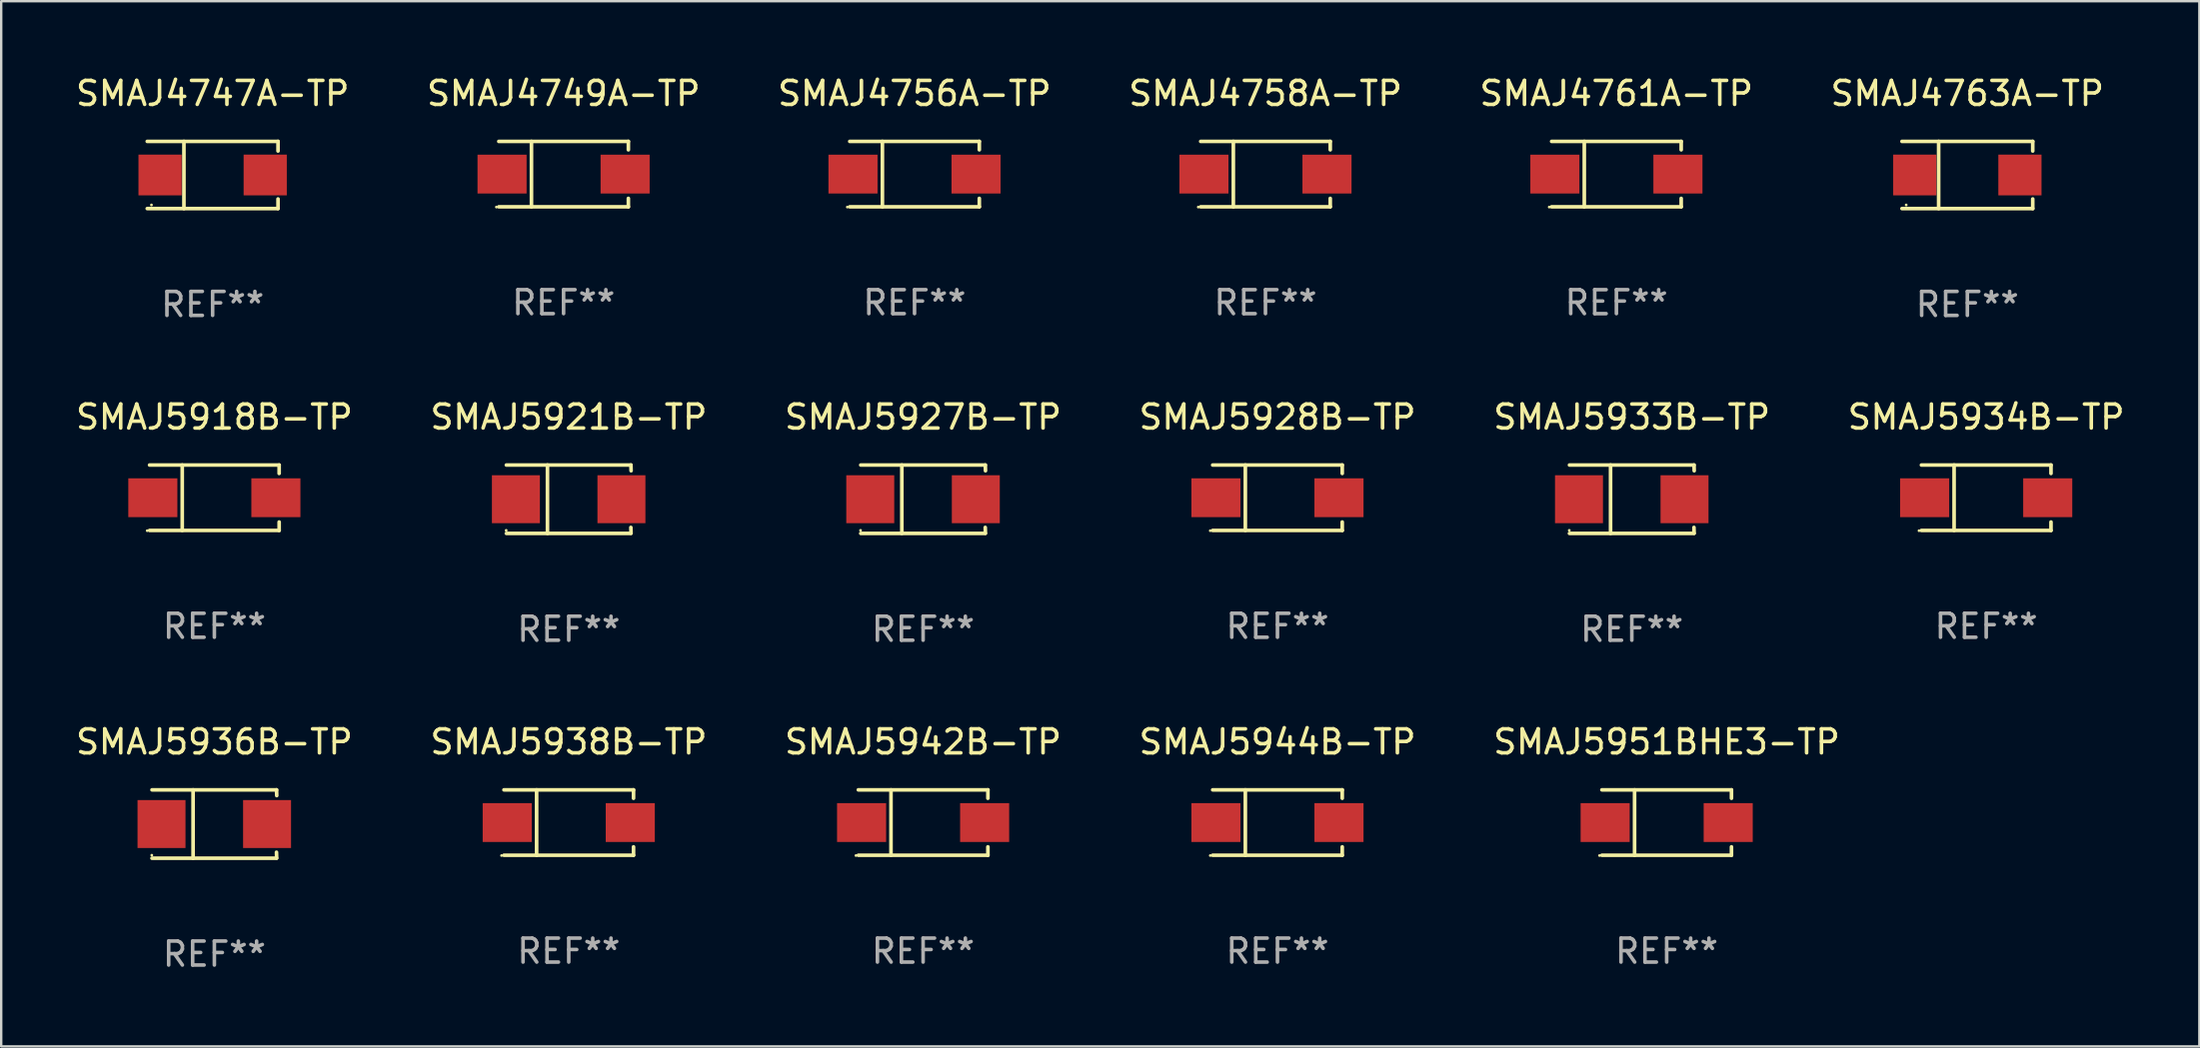
<source format=kicad_pcb>
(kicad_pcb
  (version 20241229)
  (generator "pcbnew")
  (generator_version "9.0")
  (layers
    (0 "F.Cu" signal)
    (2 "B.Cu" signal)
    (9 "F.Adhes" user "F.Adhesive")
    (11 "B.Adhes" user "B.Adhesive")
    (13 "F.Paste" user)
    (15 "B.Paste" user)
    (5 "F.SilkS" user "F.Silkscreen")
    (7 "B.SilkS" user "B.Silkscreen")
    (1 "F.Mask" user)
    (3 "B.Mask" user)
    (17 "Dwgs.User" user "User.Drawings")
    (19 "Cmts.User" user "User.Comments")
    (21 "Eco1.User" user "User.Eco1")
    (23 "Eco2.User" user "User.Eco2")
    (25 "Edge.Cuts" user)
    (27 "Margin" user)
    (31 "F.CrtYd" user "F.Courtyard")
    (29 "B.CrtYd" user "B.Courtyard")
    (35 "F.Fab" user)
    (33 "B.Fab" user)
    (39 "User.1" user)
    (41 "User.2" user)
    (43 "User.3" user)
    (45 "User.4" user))
  (footprint "SMAJ5928B-TP"
    (layer "F.Cu")
    (at 50.208 17.711)
    (property "Reference" "SMAJ5928B-TP" (at 0 -3.364 0) (layer "F.SilkS") (effects (font (size 1 1) (thickness 0.15))))
    (attr through_hole)
    (fp_line (start -2.701 -1.364) (end 2.701 -1.364) (stroke (width 0.152) (type solid)) (layer "F.SilkS"))
    (fp_line (start -2.701 1.364) (end 2.701 1.364) (stroke (width 0.152) (type solid)) (layer "F.SilkS"))
    (fp_line (start -1.339 -1.364) (end -1.339 1.364) (stroke (width 0.152) (type solid)) (layer "F.SilkS"))
    (fp_line (start 2.701 -1.364) (end 2.701 -1.013) (stroke (width 0.152) (type solid)) (layer "F.SilkS"))
    (fp_line (start 2.701 1.364) (end 2.701 1.013) (stroke (width 0.152) (type solid)) (layer "F.SilkS"))
    (fp_circle (center -2.8 1.375) (end -2.77 1.375) (stroke (width 0.06) (type solid)) (fill no) (layer "F.SilkS"))
    (fp_text user "REF**" (at 0 5.364 0) (layer "F.Fab") (effects (font (size 1 1) (thickness 0.15))))
    (pad "1" smd rect (at -2.565 -0.000025) (size 2.046 1.62) (layers "F.Cu" "F.Mask" "F.Paste"))
    (pad "2" smd rect (at 2.565 -0.000025) (size 2.046 1.62) (layers "F.Cu" "F.Mask" "F.Paste")))
  (footprint "SMAJ4758A-TP"
    (layer "F.Cu")
    (at 49.708 4.212)
    (property "Reference" "SMAJ4758A-TP" (at 0 -3.364 0) (layer "F.SilkS") (effects (font (size 1 1) (thickness 0.15))))
    (attr through_hole)
    (fp_line (start -2.701 -1.364) (end 2.701 -1.364) (stroke (width 0.152) (type solid)) (layer "F.SilkS"))
    (fp_line (start -2.701 1.364) (end 2.701 1.364) (stroke (width 0.152) (type solid)) (layer "F.SilkS"))
    (fp_line (start -1.339 -1.364) (end -1.339 1.364) (stroke (width 0.152) (type solid)) (layer "F.SilkS"))
    (fp_line (start 2.701 -1.364) (end 2.701 -1.013) (stroke (width 0.152) (type solid)) (layer "F.SilkS"))
    (fp_line (start 2.701 1.364) (end 2.701 1.013) (stroke (width 0.152) (type solid)) (layer "F.SilkS"))
    (fp_circle (center -2.8 1.375) (end -2.77 1.375) (stroke (width 0.06) (type solid)) (fill no) (layer "F.SilkS"))
    (fp_text user "REF**" (at 0 5.364 0) (layer "F.Fab") (effects (font (size 1 1) (thickness 0.15))))
    (pad "1" smd rect (at -2.565 -0.000025) (size 2.046 1.62) (layers "F.Cu" "F.Mask" "F.Paste"))
    (pad "2" smd rect (at 2.565 -0.000025) (size 2.046 1.62) (layers "F.Cu" "F.Mask" "F.Paste")))
  (footprint "SMAJ4756A-TP"
    (layer "F.Cu")
    (at 35.077 4.212)
    (property "Reference" "SMAJ4756A-TP" (at 0 -3.364 0) (layer "F.SilkS") (effects (font (size 1 1) (thickness 0.15))))
    (attr through_hole)
    (fp_line (start -2.701 -1.364) (end 2.701 -1.364) (stroke (width 0.152) (type solid)) (layer "F.SilkS"))
    (fp_line (start -2.701 1.364) (end 2.701 1.364) (stroke (width 0.152) (type solid)) (layer "F.SilkS"))
    (fp_line (start -1.339 -1.364) (end -1.339 1.364) (stroke (width 0.152) (type solid)) (layer "F.SilkS"))
    (fp_line (start 2.701 -1.364) (end 2.701 -1.013) (stroke (width 0.152) (type solid)) (layer "F.SilkS"))
    (fp_line (start 2.701 1.364) (end 2.701 1.013) (stroke (width 0.152) (type solid)) (layer "F.SilkS"))
    (fp_circle (center -2.8 1.375) (end -2.77 1.375) (stroke (width 0.06) (type solid)) (fill no) (layer "F.SilkS"))
    (fp_text user "REF**" (at 0 5.364 0) (layer "F.Fab") (effects (font (size 1 1) (thickness 0.15))))
    (pad "1" smd rect (at -2.565 -0.000025) (size 2.046 1.62) (layers "F.Cu" "F.Mask" "F.Paste"))
    (pad "2" smd rect (at 2.565 -0.000025) (size 2.046 1.62) (layers "F.Cu" "F.Mask" "F.Paste")))
  (footprint "SMAJ5951BHE3-TP"
    (layer "F.Cu")
    (at 66.435 31.26)
    (property "Reference" "SMAJ5951BHE3-TP" (at 0 -3.364 0) (layer "F.SilkS") (effects (font (size 1 1) (thickness 0.15))))
    (attr through_hole)
    (fp_line (start -2.701 -1.364) (end 2.701 -1.364) (stroke (width 0.152) (type solid)) (layer "F.SilkS"))
    (fp_line (start -2.701 1.364) (end 2.701 1.364) (stroke (width 0.152) (type solid)) (layer "F.SilkS"))
    (fp_line (start -1.339 -1.364) (end -1.339 1.364) (stroke (width 0.152) (type solid)) (layer "F.SilkS"))
    (fp_line (start 2.701 -1.364) (end 2.701 -1.013) (stroke (width 0.152) (type solid)) (layer "F.SilkS"))
    (fp_line (start 2.701 1.364) (end 2.701 1.013) (stroke (width 0.152) (type solid)) (layer "F.SilkS"))
    (fp_circle (center -2.8 1.375) (end -2.77 1.375) (stroke (width 0.06) (type solid)) (fill no) (layer "F.SilkS"))
    (fp_text user "REF**" (at 0 5.364 0) (layer "F.Fab") (effects (font (size 1 1) (thickness 0.15))))
    (pad "1" smd rect (at -2.565 -0.000025) (size 2.046 1.62) (layers "F.Cu" "F.Mask" "F.Paste"))
    (pad "2" smd rect (at 2.565 -0.000025) (size 2.046 1.62) (layers "F.Cu" "F.Mask" "F.Paste")))
  (footprint "SMAJ4763A-TP"
    (layer "F.Cu")
    (at 78.97 4.249)
    (property "Reference" "SMAJ4763A-TP" (at 0 -3.401 0) (layer "F.SilkS") (effects (font (size 1 1) (thickness 0.15))))
    (attr through_hole)
    (fp_line (start -2.726 -1.401) (end 2.726 -1.401) (stroke (width 0.152) (type solid)) (layer "F.SilkS"))
    (fp_line (start -2.726 1.401) (end 2.726 1.401) (stroke (width 0.152) (type solid)) (layer "F.SilkS"))
    (fp_line (start -1.197 -1.401) (end -1.197 1.401) (stroke (width 0.152) (type solid)) (layer "F.SilkS"))
    (fp_line (start 2.726 -1.401) (end 2.726 -1) (stroke (width 0.152) (type solid)) (layer "F.SilkS"))
    (fp_line (start 2.726 1.401) (end 2.726 1) (stroke (width 0.152) (type solid)) (layer "F.SilkS"))
    (fp_circle (center -2.55 1.25) (end -2.52 1.25) (stroke (width 0.06) (type solid)) (fill no) (layer "F.SilkS"))
    (fp_text user "REF**" (at 0 5.401 0) (layer "F.Fab") (effects (font (size 1 1) (thickness 0.15))))
    (pad "1" smd rect (at -2.192 0) (size 1.8 1.7) (layers "F.Cu" "F.Mask" "F.Paste"))
    (pad "2" smd rect (at 2.192 0) (size 1.8 1.7) (layers "F.Cu" "F.Mask" "F.Paste")))
  (footprint "SMAJ5933B-TP"
    (layer "F.Cu")
    (at 64.982 17.773)
    (property "Reference" "SMAJ5933B-TP" (at 0 -3.426 0) (layer "F.SilkS") (effects (font (size 1 1) (thickness 0.15))))
    (attr through_hole)
    (fp_line (start -2.6 -1.426) (end 2.593 -1.426) (stroke (width 0.152) (type solid)) (layer "F.SilkS"))
    (fp_line (start -2.6 1.426) (end 2.593 1.426) (stroke (width 0.152) (type solid)) (layer "F.SilkS"))
    (fp_line (start -0.887 -1.426) (end -0.887 1.426) (stroke (width 0.152) (type solid)) (layer "F.SilkS"))
    (fp_line (start 2.59 1.176) (end 2.597 1.415) (stroke (width 0.152) (type solid)) (layer "F.SilkS"))
    (fp_line (start 2.593 -1.426) (end 2.6 -1.187) (stroke (width 0.152) (type solid)) (layer "F.SilkS"))
    (fp_circle (center -2.608 1.3) (end -2.578 1.3) (stroke (width 0.06) (type solid)) (fill no) (layer "F.SilkS"))
    (fp_text user "REF**" (at 0 5.426 0) (layer "F.Fab") (effects (font (size 1 1) (thickness 0.15))))
    (pad "1" smd rect (at -2.203 0 180) (size 2 2) (layers "F.Cu" "F.Mask" "F.Paste"))
    (pad "2" smd rect (at 2.197 0 180) (size 2 2) (layers "F.Cu" "F.Mask" "F.Paste")))
  (footprint "SMAJ5927B-TP"
    (layer "F.Cu")
    (at 35.435 17.773)
    (property "Reference" "SMAJ5927B-TP" (at 0 -3.426 0) (layer "F.SilkS") (effects (font (size 1 1) (thickness 0.15))))
    (attr through_hole)
    (fp_line (start -2.6 -1.426) (end 2.593 -1.426) (stroke (width 0.152) (type solid)) (layer "F.SilkS"))
    (fp_line (start -2.6 1.426) (end 2.593 1.426) (stroke (width 0.152) (type solid)) (layer "F.SilkS"))
    (fp_line (start -0.887 -1.426) (end -0.887 1.426) (stroke (width 0.152) (type solid)) (layer "F.SilkS"))
    (fp_line (start 2.59 1.176) (end 2.597 1.415) (stroke (width 0.152) (type solid)) (layer "F.SilkS"))
    (fp_line (start 2.593 -1.426) (end 2.6 -1.187) (stroke (width 0.152) (type solid)) (layer "F.SilkS"))
    (fp_circle (center -2.608 1.3) (end -2.578 1.3) (stroke (width 0.06) (type solid)) (fill no) (layer "F.SilkS"))
    (fp_text user "REF**" (at 0 5.426 0) (layer "F.Fab") (effects (font (size 1 1) (thickness 0.15))))
    (pad "1" smd rect (at -2.203 0 180) (size 2 2) (layers "F.Cu" "F.Mask" "F.Paste"))
    (pad "2" smd rect (at 2.197 0 180) (size 2 2) (layers "F.Cu" "F.Mask" "F.Paste")))
  (footprint "SMAJ5934B-TP"
    (layer "F.Cu")
    (at 79.756 17.711)
    (property "Reference" "SMAJ5934B-TP" (at 0 -3.364 0) (layer "F.SilkS") (effects (font (size 1 1) (thickness 0.15))))
    (attr through_hole)
    (fp_line (start -2.701 -1.364) (end 2.701 -1.364) (stroke (width 0.152) (type solid)) (layer "F.SilkS"))
    (fp_line (start -2.701 1.364) (end 2.701 1.364) (stroke (width 0.152) (type solid)) (layer "F.SilkS"))
    (fp_line (start -1.339 -1.364) (end -1.339 1.364) (stroke (width 0.152) (type solid)) (layer "F.SilkS"))
    (fp_line (start 2.701 -1.364) (end 2.701 -1.013) (stroke (width 0.152) (type solid)) (layer "F.SilkS"))
    (fp_line (start 2.701 1.364) (end 2.701 1.013) (stroke (width 0.152) (type solid)) (layer "F.SilkS"))
    (fp_circle (center -2.8 1.375) (end -2.77 1.375) (stroke (width 0.06) (type solid)) (fill no) (layer "F.SilkS"))
    (fp_text user "REF**" (at 0 5.364 0) (layer "F.Fab") (effects (font (size 1 1) (thickness 0.15))))
    (pad "1" smd rect (at -2.565 -0.000025) (size 2.046 1.62) (layers "F.Cu" "F.Mask" "F.Paste"))
    (pad "2" smd rect (at 2.565 -0.000025) (size 2.046 1.62) (layers "F.Cu" "F.Mask" "F.Paste")))
  (footprint "SMAJ5944B-TP"
    (layer "F.Cu")
    (at 50.208 31.26)
    (property "Reference" "SMAJ5944B-TP" (at 0 -3.364 0) (layer "F.SilkS") (effects (font (size 1 1) (thickness 0.15))))
    (attr through_hole)
    (fp_line (start -2.701 -1.364) (end 2.701 -1.364) (stroke (width 0.152) (type solid)) (layer "F.SilkS"))
    (fp_line (start -2.701 1.364) (end 2.701 1.364) (stroke (width 0.152) (type solid)) (layer "F.SilkS"))
    (fp_line (start -1.339 -1.364) (end -1.339 1.364) (stroke (width 0.152) (type solid)) (layer "F.SilkS"))
    (fp_line (start 2.701 -1.364) (end 2.701 -1.013) (stroke (width 0.152) (type solid)) (layer "F.SilkS"))
    (fp_line (start 2.701 1.364) (end 2.701 1.013) (stroke (width 0.152) (type solid)) (layer "F.SilkS"))
    (fp_circle (center -2.8 1.375) (end -2.77 1.375) (stroke (width 0.06) (type solid)) (fill no) (layer "F.SilkS"))
    (fp_text user "REF**" (at 0 5.364 0) (layer "F.Fab") (effects (font (size 1 1) (thickness 0.15))))
    (pad "1" smd rect (at -2.565 -0.000025) (size 2.046 1.62) (layers "F.Cu" "F.Mask" "F.Paste"))
    (pad "2" smd rect (at 2.565 -0.000025) (size 2.046 1.62) (layers "F.Cu" "F.Mask" "F.Paste")))
  (footprint "SMAJ5938B-TP"
    (layer "F.Cu")
    (at 20.661 31.26)
    (property "Reference" "SMAJ5938B-TP" (at 0 -3.364 0) (layer "F.SilkS") (effects (font (size 1 1) (thickness 0.15))))
    (attr through_hole)
    (fp_line (start -2.701 -1.364) (end 2.701 -1.364) (stroke (width 0.152) (type solid)) (layer "F.SilkS"))
    (fp_line (start -2.701 1.364) (end 2.701 1.364) (stroke (width 0.152) (type solid)) (layer "F.SilkS"))
    (fp_line (start -1.339 -1.364) (end -1.339 1.364) (stroke (width 0.152) (type solid)) (layer "F.SilkS"))
    (fp_line (start 2.701 -1.364) (end 2.701 -1.013) (stroke (width 0.152) (type solid)) (layer "F.SilkS"))
    (fp_line (start 2.701 1.364) (end 2.701 1.013) (stroke (width 0.152) (type solid)) (layer "F.SilkS"))
    (fp_circle (center -2.8 1.375) (end -2.77 1.375) (stroke (width 0.06) (type solid)) (fill no) (layer "F.SilkS"))
    (fp_text user "REF**" (at 0 5.364 0) (layer "F.Fab") (effects (font (size 1 1) (thickness 0.15))))
    (pad "1" smd rect (at -2.565 -0.000025) (size 2.046 1.62) (layers "F.Cu" "F.Mask" "F.Paste"))
    (pad "2" smd rect (at 2.565 -0.000025) (size 2.046 1.62) (layers "F.Cu" "F.Mask" "F.Paste")))
  (footprint "SMAJ5921B-TP"
    (layer "F.Cu")
    (at 20.661 17.773)
    (property "Reference" "SMAJ5921B-TP" (at 0 -3.426 0) (layer "F.SilkS") (effects (font (size 1 1) (thickness 0.15))))
    (attr through_hole)
    (fp_line (start -2.6 -1.426) (end 2.593 -1.426) (stroke (width 0.152) (type solid)) (layer "F.SilkS"))
    (fp_line (start -2.6 1.426) (end 2.593 1.426) (stroke (width 0.152) (type solid)) (layer "F.SilkS"))
    (fp_line (start -0.887 -1.426) (end -0.887 1.426) (stroke (width 0.152) (type solid)) (layer "F.SilkS"))
    (fp_line (start 2.59 1.176) (end 2.597 1.415) (stroke (width 0.152) (type solid)) (layer "F.SilkS"))
    (fp_line (start 2.593 -1.426) (end 2.6 -1.187) (stroke (width 0.152) (type solid)) (layer "F.SilkS"))
    (fp_circle (center -2.608 1.3) (end -2.578 1.3) (stroke (width 0.06) (type solid)) (fill no) (layer "F.SilkS"))
    (fp_text user "REF**" (at 0 5.426 0) (layer "F.Fab") (effects (font (size 1 1) (thickness 0.15))))
    (pad "1" smd rect (at -2.203 0 180) (size 2 2) (layers "F.Cu" "F.Mask" "F.Paste"))
    (pad "2" smd rect (at 2.197 0 180) (size 2 2) (layers "F.Cu" "F.Mask" "F.Paste")))
  (footprint "SMAJ5918B-TP"
    (layer "F.Cu")
    (at 5.887 17.711)
    (property "Reference" "SMAJ5918B-TP" (at 0 -3.364 0) (layer "F.SilkS") (effects (font (size 1 1) (thickness 0.15))))
    (attr through_hole)
    (fp_line (start -2.701 -1.364) (end 2.701 -1.364) (stroke (width 0.152) (type solid)) (layer "F.SilkS"))
    (fp_line (start -2.701 1.364) (end 2.701 1.364) (stroke (width 0.152) (type solid)) (layer "F.SilkS"))
    (fp_line (start -1.339 -1.364) (end -1.339 1.364) (stroke (width 0.152) (type solid)) (layer "F.SilkS"))
    (fp_line (start 2.701 -1.364) (end 2.701 -1.013) (stroke (width 0.152) (type solid)) (layer "F.SilkS"))
    (fp_line (start 2.701 1.364) (end 2.701 1.013) (stroke (width 0.152) (type solid)) (layer "F.SilkS"))
    (fp_circle (center -2.8 1.375) (end -2.77 1.375) (stroke (width 0.06) (type solid)) (fill no) (layer "F.SilkS"))
    (fp_text user "REF**" (at 0 5.364 0) (layer "F.Fab") (effects (font (size 1 1) (thickness 0.15))))
    (pad "1" smd rect (at -2.565 -0.000025) (size 2.046 1.62) (layers "F.Cu" "F.Mask" "F.Paste"))
    (pad "2" smd rect (at 2.565 -0.000025) (size 2.046 1.62) (layers "F.Cu" "F.Mask" "F.Paste")))
  (footprint "SMAJ4747A-TP"
    (layer "F.Cu")
    (at 5.815 4.249)
    (property "Reference" "SMAJ4747A-TP" (at 0 -3.401 0) (layer "F.SilkS") (effects (font (size 1 1) (thickness 0.15))))
    (attr through_hole)
    (fp_line (start -2.726 -1.401) (end 2.726 -1.401) (stroke (width 0.152) (type solid)) (layer "F.SilkS"))
    (fp_line (start -2.726 1.401) (end 2.726 1.401) (stroke (width 0.152) (type solid)) (layer "F.SilkS"))
    (fp_line (start -1.197 -1.401) (end -1.197 1.401) (stroke (width 0.152) (type solid)) (layer "F.SilkS"))
    (fp_line (start 2.726 -1.401) (end 2.726 -1) (stroke (width 0.152) (type solid)) (layer "F.SilkS"))
    (fp_line (start 2.726 1.401) (end 2.726 1) (stroke (width 0.152) (type solid)) (layer "F.SilkS"))
    (fp_circle (center -2.55 1.25) (end -2.52 1.25) (stroke (width 0.06) (type solid)) (fill no) (layer "F.SilkS"))
    (fp_text user "REF**" (at 0 5.401 0) (layer "F.Fab") (effects (font (size 1 1) (thickness 0.15))))
    (pad "1" smd rect (at -2.192 0) (size 1.8 1.7) (layers "F.Cu" "F.Mask" "F.Paste"))
    (pad "2" smd rect (at 2.192 0) (size 1.8 1.7) (layers "F.Cu" "F.Mask" "F.Paste")))
  (footprint "SMAJ5942B-TP"
    (layer "F.Cu")
    (at 35.435 31.26)
    (property "Reference" "SMAJ5942B-TP" (at 0 -3.364 0) (layer "F.SilkS") (effects (font (size 1 1) (thickness 0.15))))
    (attr through_hole)
    (fp_line (start -2.701 -1.364) (end 2.701 -1.364) (stroke (width 0.152) (type solid)) (layer "F.SilkS"))
    (fp_line (start -2.701 1.364) (end 2.701 1.364) (stroke (width 0.152) (type solid)) (layer "F.SilkS"))
    (fp_line (start -1.339 -1.364) (end -1.339 1.364) (stroke (width 0.152) (type solid)) (layer "F.SilkS"))
    (fp_line (start 2.701 -1.364) (end 2.701 -1.013) (stroke (width 0.152) (type solid)) (layer "F.SilkS"))
    (fp_line (start 2.701 1.364) (end 2.701 1.013) (stroke (width 0.152) (type solid)) (layer "F.SilkS"))
    (fp_circle (center -2.8 1.375) (end -2.77 1.375) (stroke (width 0.06) (type solid)) (fill no) (layer "F.SilkS"))
    (fp_text user "REF**" (at 0 5.364 0) (layer "F.Fab") (effects (font (size 1 1) (thickness 0.15))))
    (pad "1" smd rect (at -2.565 -0.000025) (size 2.046 1.62) (layers "F.Cu" "F.Mask" "F.Paste"))
    (pad "2" smd rect (at 2.565 -0.000025) (size 2.046 1.62) (layers "F.Cu" "F.Mask" "F.Paste")))
  (footprint "SMAJ4749A-TP"
    (layer "F.Cu")
    (at 20.446 4.212)
    (property "Reference" "SMAJ4749A-TP" (at 0 -3.364 0) (layer "F.SilkS") (effects (font (size 1 1) (thickness 0.15))))
    (attr through_hole)
    (fp_line (start -2.701 -1.364) (end 2.701 -1.364) (stroke (width 0.152) (type solid)) (layer "F.SilkS"))
    (fp_line (start -2.701 1.364) (end 2.701 1.364) (stroke (width 0.152) (type solid)) (layer "F.SilkS"))
    (fp_line (start -1.339 -1.364) (end -1.339 1.364) (stroke (width 0.152) (type solid)) (layer "F.SilkS"))
    (fp_line (start 2.701 -1.364) (end 2.701 -1.013) (stroke (width 0.152) (type solid)) (layer "F.SilkS"))
    (fp_line (start 2.701 1.364) (end 2.701 1.013) (stroke (width 0.152) (type solid)) (layer "F.SilkS"))
    (fp_circle (center -2.8 1.375) (end -2.77 1.375) (stroke (width 0.06) (type solid)) (fill no) (layer "F.SilkS"))
    (fp_text user "REF**" (at 0 5.364 0) (layer "F.Fab") (effects (font (size 1 1) (thickness 0.15))))
    (pad "1" smd rect (at -2.565 -0.000025) (size 2.046 1.62) (layers "F.Cu" "F.Mask" "F.Paste"))
    (pad "2" smd rect (at 2.565 -0.000025) (size 2.046 1.62) (layers "F.Cu" "F.Mask" "F.Paste")))
  (footprint "SMAJ4761A-TP"
    (layer "F.Cu")
    (at 64.339 4.212)
    (property "Reference" "SMAJ4761A-TP" (at 0 -3.364 0) (layer "F.SilkS") (effects (font (size 1 1) (thickness 0.15))))
    (attr through_hole)
    (fp_line (start -2.701 -1.364) (end 2.701 -1.364) (stroke (width 0.152) (type solid)) (layer "F.SilkS"))
    (fp_line (start -2.701 1.364) (end 2.701 1.364) (stroke (width 0.152) (type solid)) (layer "F.SilkS"))
    (fp_line (start -1.339 -1.364) (end -1.339 1.364) (stroke (width 0.152) (type solid)) (layer "F.SilkS"))
    (fp_line (start 2.701 -1.364) (end 2.701 -1.013) (stroke (width 0.152) (type solid)) (layer "F.SilkS"))
    (fp_line (start 2.701 1.364) (end 2.701 1.013) (stroke (width 0.152) (type solid)) (layer "F.SilkS"))
    (fp_circle (center -2.8 1.375) (end -2.77 1.375) (stroke (width 0.06) (type solid)) (fill no) (layer "F.SilkS"))
    (fp_text user "REF**" (at 0 5.364 0) (layer "F.Fab") (effects (font (size 1 1) (thickness 0.15))))
    (pad "1" smd rect (at -2.565 -0.000025) (size 2.046 1.62) (layers "F.Cu" "F.Mask" "F.Paste"))
    (pad "2" smd rect (at 2.565 -0.000025) (size 2.046 1.62) (layers "F.Cu" "F.Mask" "F.Paste")))
  (footprint "SMAJ5936B-TP"
    (layer "F.Cu")
    (at 5.887 31.322)
    (property "Reference" "SMAJ5936B-TP" (at 0 -3.426 0) (layer "F.SilkS") (effects (font (size 1 1) (thickness 0.15))))
    (attr through_hole)
    (fp_line (start -2.6 -1.426) (end 2.593 -1.426) (stroke (width 0.152) (type solid)) (layer "F.SilkS"))
    (fp_line (start -2.6 1.426) (end 2.593 1.426) (stroke (width 0.152) (type solid)) (layer "F.SilkS"))
    (fp_line (start -0.887 -1.426) (end -0.887 1.426) (stroke (width 0.152) (type solid)) (layer "F.SilkS"))
    (fp_line (start 2.59 1.176) (end 2.597 1.415) (stroke (width 0.152) (type solid)) (layer "F.SilkS"))
    (fp_line (start 2.593 -1.426) (end 2.6 -1.187) (stroke (width 0.152) (type solid)) (layer "F.SilkS"))
    (fp_circle (center -2.608 1.3) (end -2.578 1.3) (stroke (width 0.06) (type solid)) (fill no) (layer "F.SilkS"))
    (fp_text user "REF**" (at 0 5.426 0) (layer "F.Fab") (effects (font (size 1 1) (thickness 0.15))))
    (pad "1" smd rect (at -2.203 0 180) (size 2 2) (layers "F.Cu" "F.Mask" "F.Paste"))
    (pad "2" smd rect (at 2.197 0 180) (size 2 2) (layers "F.Cu" "F.Mask" "F.Paste")))
  (gr_rect
    (start -3 -3)
    (end 88.643 40.597)
    (stroke (width 0.1) (type default))
    (fill no)
    (layer "Edge.Cuts")))
</source>
